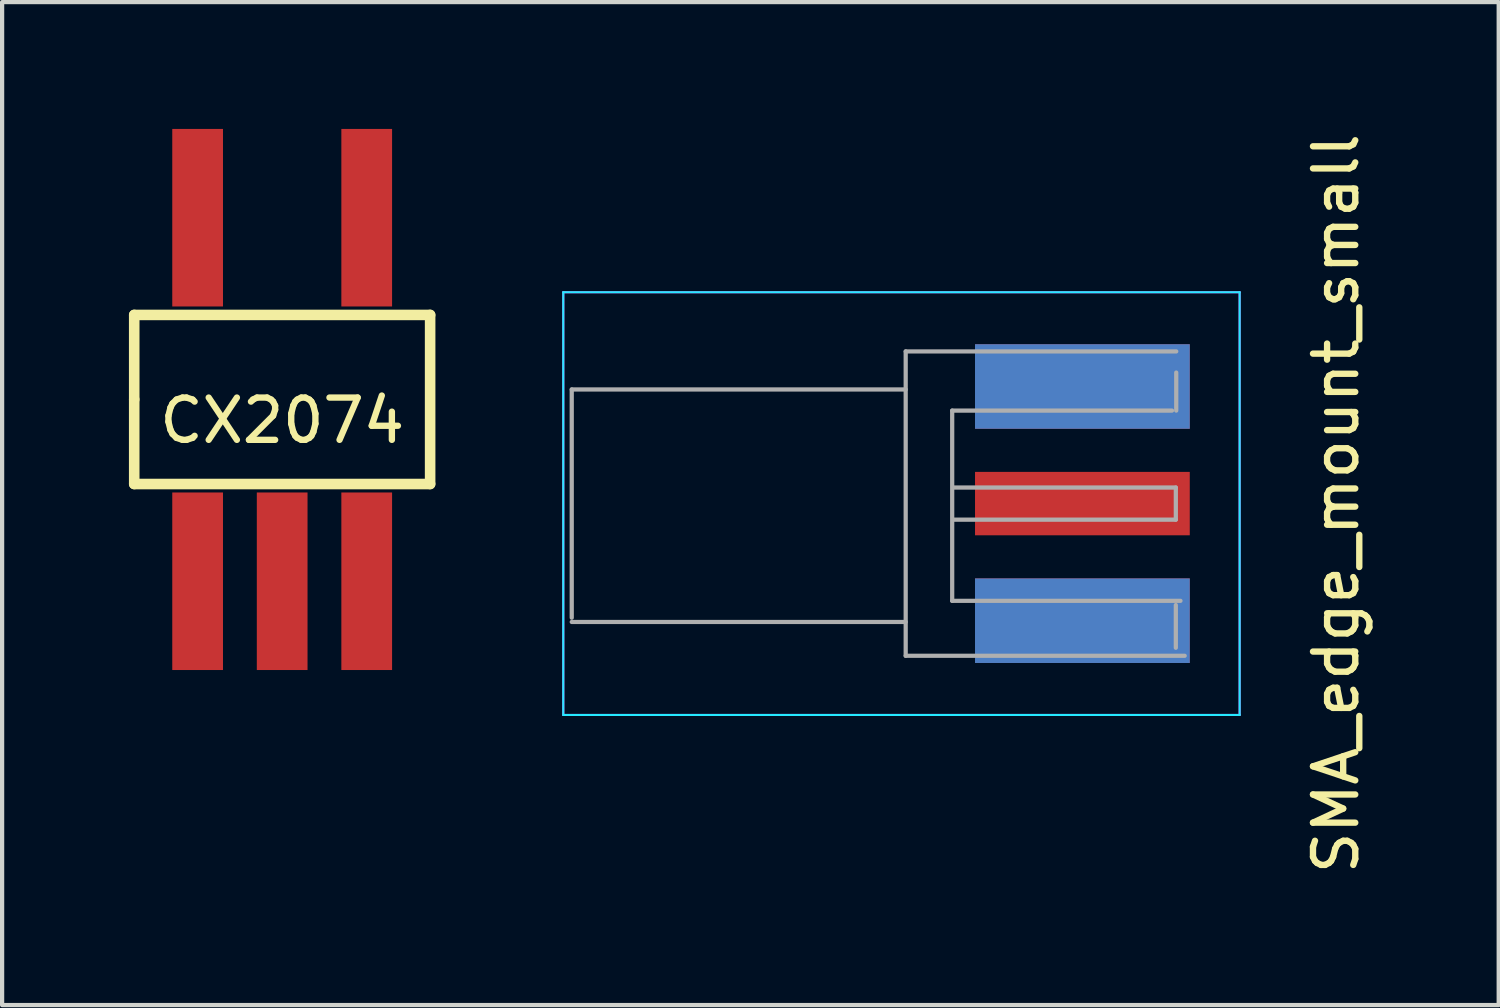
<source format=kicad_pcb>
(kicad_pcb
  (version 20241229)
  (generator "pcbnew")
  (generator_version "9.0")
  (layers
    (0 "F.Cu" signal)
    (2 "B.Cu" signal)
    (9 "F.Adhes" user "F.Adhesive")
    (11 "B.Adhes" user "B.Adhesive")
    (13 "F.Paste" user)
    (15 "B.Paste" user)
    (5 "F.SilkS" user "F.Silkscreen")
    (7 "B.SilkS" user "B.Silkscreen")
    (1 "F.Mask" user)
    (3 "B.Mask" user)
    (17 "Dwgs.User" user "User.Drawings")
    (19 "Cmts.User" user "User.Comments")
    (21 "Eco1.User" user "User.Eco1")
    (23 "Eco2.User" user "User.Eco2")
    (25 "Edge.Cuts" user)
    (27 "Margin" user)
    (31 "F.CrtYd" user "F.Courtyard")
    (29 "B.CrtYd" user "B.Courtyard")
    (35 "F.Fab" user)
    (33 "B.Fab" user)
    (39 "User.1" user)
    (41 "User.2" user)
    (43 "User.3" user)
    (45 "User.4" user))
  (footprint "SMA_edge_mount_small"
    (layer "F.Cu")
    (at 24.275 8.863)
    (property "Reference" "SMA_edge_mount_small" (at 4.28 0 90) (layer "F.SilkS") (effects (font (size 1 1) (thickness 0.15))))
    (attr smd)
    (fp_line (start -14 -5) (end -14 5) (stroke (width 0.05) (type solid)) (layer "B.CrtYd"))
    (fp_line (start -14 -5) (end 2 -5) (stroke (width 0.05) (type solid)) (layer "B.CrtYd"))
    (fp_line (start -14 5) (end 2 5) (stroke (width 0.05) (type solid)) (layer "B.CrtYd"))
    (fp_line (start 2 -5) (end 2 5) (stroke (width 0.05) (type solid)) (layer "B.CrtYd"))
    (fp_line (start -14 -5) (end -14 5) (stroke (width 0.05) (type solid)) (layer "F.CrtYd"))
    (fp_line (start -14 5) (end 2 5) (stroke (width 0.05) (type solid)) (layer "F.CrtYd"))
    (fp_line (start 2 -5) (end -14 -5) (stroke (width 0.05) (type solid)) (layer "F.CrtYd"))
    (fp_line (start 2 -5) (end 2 5) (stroke (width 0.05) (type solid)) (layer "F.CrtYd"))
    (fp_line (start -13.8 -2.7) (end -13.8 2.7) (stroke (width 0.1) (type solid)) (layer "F.Fab"))
    (fp_line (start -13.8 -2.7) (end -5.9 -2.7) (stroke (width 0.1) (type solid)) (layer "F.Fab"))
    (fp_line (start -13.8 2.8) (end -5.9 2.8) (stroke (width 0.1) (type solid)) (layer "F.Fab"))
    (fp_line (start -5.9 -3.6) (end -5.9 3.6) (stroke (width 0.1) (type solid)) (layer "F.Fab"))
    (fp_line (start -5.9 3.6) (end 0.7 3.6) (stroke (width 0.1) (type solid)) (layer "F.Fab"))
    (fp_line (start -4.8 -2.2) (end -4.8 2.3) (stroke (width 0.1) (type solid)) (layer "F.Fab"))
    (fp_line (start -4.8 -2.2) (end 0.4 -2.2) (stroke (width 0.1) (type solid)) (layer "F.Fab"))
    (fp_line (start -4.8 2.3) (end 0.6 2.3) (stroke (width 0.1) (type solid)) (layer "F.Fab"))
    (fp_line (start -4.76 -0.38) (end 0.49 -0.38) (stroke (width 0.1) (type solid)) (layer "F.Fab"))
    (fp_line (start -4.76 0.38) (end 0.49 0.38) (stroke (width 0.1) (type solid)) (layer "F.Fab"))
    (fp_line (start 0.49 -0.38) (end 0.49 0.38) (stroke (width 0.1) (type solid)) (layer "F.Fab"))
    (fp_line (start 0.49 2.4) (end 0.49 3.41) (stroke (width 0.1) (type solid)) (layer "F.Fab"))
    (fp_line (start 0.5 -3.6) (end -5.9 -3.6) (stroke (width 0.1) (type solid)) (layer "F.Fab"))
    (fp_line (start 0.5 -3.1) (end 0.5 -2.2) (stroke (width 0.1) (type solid)) (layer "F.Fab"))
    (pad "1" smd rect (at -1.72 0) (size 5.08 1.5) (layers "F.Cu" "F.Mask" "F.Paste"))
    (pad "2" smd rect (at -1.72 -2.77) (size 5.08 2) (layers "F.Cu" "F.Mask" "F.Paste"))
    (pad "2" smd rect (at -1.72 -2.77) (size 5.08 2) (layers "B.Cu" "B.Mask" "B.Paste"))
    (pad "2" smd rect (at -1.72 2.77) (size 5.08 2) (layers "F.Cu" "F.Mask" "F.Paste"))
    (pad "2" smd rect (at -1.72 2.77) (size 5.08 2) (layers "B.Cu" "B.Mask" "B.Paste")))
  (footprint "CX2074"
    (layer "F.Cu")
    (at 3.625 6.4)
    (property "Reference" "CX2074" (at 0 0.5 0) (layer "F.SilkS") (effects (font (size 1 1) (thickness 0.15))))
    (attr through_hole)
    (fp_line (start -3.5 -2) (end 3.5 -2) (stroke (width 0.25) (type solid)) (layer "F.SilkS"))
    (fp_line (start -3.5 0) (end -3.5 -2) (stroke (width 0.25) (type solid)) (layer "F.SilkS"))
    (fp_line (start -3.5 2) (end -3.5 0) (stroke (width 0.25) (type solid)) (layer "F.SilkS"))
    (fp_line (start 3.5 -2) (end 3.5 2) (stroke (width 0.25) (type solid)) (layer "F.SilkS"))
    (fp_line (start 3.5 2) (end -3.5 2) (stroke (width 0.25) (type solid)) (layer "F.SilkS"))
    (pad "1" smd rect (at -2 -2.8) (size 1.2 4.2) (drill (offset 0 -1.5)) (layers "F.Cu" "F.Mask" "F.Paste"))
    (pad "2" smd rect (at 2 -2.8) (size 1.2 4.2) (drill (offset 0 -1.5)) (layers "F.Cu" "F.Mask" "F.Paste"))
    (pad "3" smd rect (at 2 2.8) (size 1.2 4.2) (drill (offset 0 1.5)) (layers "F.Cu" "F.Mask" "F.Paste"))
    (pad "4" smd rect (at 0 2.8) (size 1.2 4.2) (drill (offset 0 1.5)) (layers "F.Cu" "F.Mask" "F.Paste"))
    (pad "5" smd rect (at -2 2.8) (size 1.2 4.2) (drill (offset 0 1.5)) (layers "F.Cu" "F.Mask" "F.Paste")))
  (gr_rect
    (start -3 -3)
    (end 32.403 20.726)
    (stroke (width 0.1) (type default))
    (fill no)
    (layer "Edge.Cuts")))
</source>
